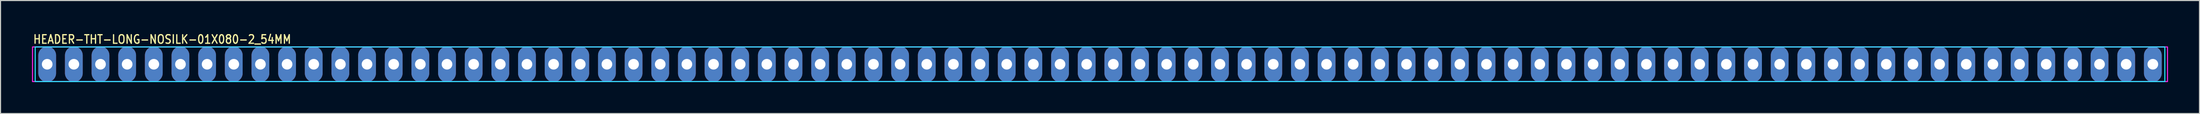
<source format=kicad_pcb>
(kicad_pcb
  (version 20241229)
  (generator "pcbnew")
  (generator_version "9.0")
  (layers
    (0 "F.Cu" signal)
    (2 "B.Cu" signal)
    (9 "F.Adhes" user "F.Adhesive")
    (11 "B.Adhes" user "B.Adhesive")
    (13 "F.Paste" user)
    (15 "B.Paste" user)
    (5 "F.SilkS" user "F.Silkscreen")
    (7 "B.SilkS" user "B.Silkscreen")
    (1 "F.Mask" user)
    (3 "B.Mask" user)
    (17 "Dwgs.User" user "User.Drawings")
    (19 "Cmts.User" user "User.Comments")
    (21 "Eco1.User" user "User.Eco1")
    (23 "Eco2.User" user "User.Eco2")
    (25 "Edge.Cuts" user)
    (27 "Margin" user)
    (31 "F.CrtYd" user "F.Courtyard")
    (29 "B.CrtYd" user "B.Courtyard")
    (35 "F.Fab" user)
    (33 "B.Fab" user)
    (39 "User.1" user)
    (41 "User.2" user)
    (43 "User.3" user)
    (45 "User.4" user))
  (footprint "HEADER-THT-LONG-NOSILK-01X080-2_54MM"
    (layer "F.Cu")
    (at 1.447 3.079)
    (property "Reference" "HEADER-THT-LONG-NOSILK-01X080-2_54MM" (at -1.4 -1.9 0) (unlocked yes) (layer "F.SilkS") (effects (font (size 0.813 0.695) (thickness 0.122)) (justify left bottom)))
    (fp_poly (pts (xy -1.143 -1.651) (xy 201.803 -1.651) (xy 201.803 1.651) (xy -1.143 1.651)) (stroke (width 0.1) (type solid)) (fill no) (layer "B.CrtYd"))
    (fp_poly (pts (xy -1.397 -1.651) (xy 202.057 -1.651) (xy 202.057 1.651) (xy -1.397 1.651)) (stroke (width 0.1) (type solid)) (fill no) (layer "F.CrtYd"))
    (pad "1" thru_hole oval (at 0 0 90) (size 3.387 1.693) (drill 1.016) (layers "*.Cu" "*.Mask"))
    (pad "2" thru_hole oval (at 2.54 0 90) (size 3.387 1.693) (drill 1.016) (layers "*.Cu" "*.Mask"))
    (pad "3" thru_hole oval (at 5.08 0 90) (size 3.387 1.693) (drill 1.016) (layers "*.Cu" "*.Mask"))
    (pad "4" thru_hole oval (at 7.62 0 90) (size 3.387 1.693) (drill 1.016) (layers "*.Cu" "*.Mask"))
    (pad "5" thru_hole oval (at 10.16 0 90) (size 3.387 1.693) (drill 1.016) (layers "*.Cu" "*.Mask"))
    (pad "6" thru_hole oval (at 12.7 0 90) (size 3.387 1.693) (drill 1.016) (layers "*.Cu" "*.Mask"))
    (pad "7" thru_hole oval (at 15.24 0 90) (size 3.387 1.693) (drill 1.016) (layers "*.Cu" "*.Mask"))
    (pad "8" thru_hole oval (at 17.78 0 90) (size 3.387 1.693) (drill 1.016) (layers "*.Cu" "*.Mask"))
    (pad "9" thru_hole oval (at 20.32 0 90) (size 3.387 1.693) (drill 1.016) (layers "*.Cu" "*.Mask"))
    (pad "10" thru_hole oval (at 22.86 0 90) (size 3.387 1.693) (drill 1.016) (layers "*.Cu" "*.Mask"))
    (pad "11" thru_hole oval (at 25.4 0 90) (size 3.387 1.693) (drill 1.016) (layers "*.Cu" "*.Mask"))
    (pad "12" thru_hole oval (at 27.94 0 90) (size 3.387 1.693) (drill 1.016) (layers "*.Cu" "*.Mask"))
    (pad "13" thru_hole oval (at 30.48 0 90) (size 3.387 1.693) (drill 1.016) (layers "*.Cu" "*.Mask"))
    (pad "14" thru_hole oval (at 33.02 0 90) (size 3.387 1.693) (drill 1.016) (layers "*.Cu" "*.Mask"))
    (pad "15" thru_hole oval (at 35.56 0 90) (size 3.387 1.693) (drill 1.016) (layers "*.Cu" "*.Mask"))
    (pad "16" thru_hole oval (at 38.1 0 90) (size 3.387 1.693) (drill 1.016) (layers "*.Cu" "*.Mask"))
    (pad "17" thru_hole oval (at 40.64 0 90) (size 3.387 1.693) (drill 1.016) (layers "*.Cu" "*.Mask"))
    (pad "18" thru_hole oval (at 43.18 0 90) (size 3.387 1.693) (drill 1.016) (layers "*.Cu" "*.Mask"))
    (pad "19" thru_hole oval (at 45.72 0 90) (size 3.387 1.693) (drill 1.016) (layers "*.Cu" "*.Mask"))
    (pad "20" thru_hole oval (at 48.26 0 90) (size 3.387 1.693) (drill 1.016) (layers "*.Cu" "*.Mask"))
    (pad "21" thru_hole oval (at 50.8 0 90) (size 3.387 1.693) (drill 1.016) (layers "*.Cu" "*.Mask"))
    (pad "22" thru_hole oval (at 53.34 0 90) (size 3.387 1.693) (drill 1.016) (layers "*.Cu" "*.Mask"))
    (pad "23" thru_hole oval (at 55.88 0 90) (size 3.387 1.693) (drill 1.016) (layers "*.Cu" "*.Mask"))
    (pad "24" thru_hole oval (at 58.42 0 90) (size 3.387 1.693) (drill 1.016) (layers "*.Cu" "*.Mask"))
    (pad "25" thru_hole oval (at 60.96 0 90) (size 3.387 1.693) (drill 1.016) (layers "*.Cu" "*.Mask"))
    (pad "26" thru_hole oval (at 63.5 0 90) (size 3.387 1.693) (drill 1.016) (layers "*.Cu" "*.Mask"))
    (pad "27" thru_hole oval (at 66.04 0 90) (size 3.387 1.693) (drill 1.016) (layers "*.Cu" "*.Mask"))
    (pad "28" thru_hole oval (at 68.58 0 90) (size 3.387 1.693) (drill 1.016) (layers "*.Cu" "*.Mask"))
    (pad "29" thru_hole oval (at 71.12 0 90) (size 3.387 1.693) (drill 1.016) (layers "*.Cu" "*.Mask"))
    (pad "30" thru_hole oval (at 73.66 0 90) (size 3.387 1.693) (drill 1.016) (layers "*.Cu" "*.Mask"))
    (pad "31" thru_hole oval (at 76.2 0 90) (size 3.387 1.693) (drill 1.016) (layers "*.Cu" "*.Mask"))
    (pad "32" thru_hole oval (at 78.74 0 90) (size 3.387 1.693) (drill 1.016) (layers "*.Cu" "*.Mask"))
    (pad "33" thru_hole oval (at 81.28 0 90) (size 3.387 1.693) (drill 1.016) (layers "*.Cu" "*.Mask"))
    (pad "34" thru_hole oval (at 83.82 0 90) (size 3.387 1.693) (drill 1.016) (layers "*.Cu" "*.Mask"))
    (pad "35" thru_hole oval (at 86.36 0 90) (size 3.387 1.693) (drill 1.016) (layers "*.Cu" "*.Mask"))
    (pad "36" thru_hole oval (at 88.9 0 90) (size 3.387 1.693) (drill 1.016) (layers "*.Cu" "*.Mask"))
    (pad "37" thru_hole oval (at 91.44 0 90) (size 3.387 1.693) (drill 1.016) (layers "*.Cu" "*.Mask"))
    (pad "38" thru_hole oval (at 93.98 0 90) (size 3.387 1.693) (drill 1.016) (layers "*.Cu" "*.Mask"))
    (pad "39" thru_hole oval (at 96.52 0 90) (size 3.387 1.693) (drill 1.016) (layers "*.Cu" "*.Mask"))
    (pad "40" thru_hole oval (at 99.06 0 90) (size 3.387 1.693) (drill 1.016) (layers "*.Cu" "*.Mask"))
    (pad "41" thru_hole oval (at 101.6 0 90) (size 3.387 1.693) (drill 1.016) (layers "*.Cu" "*.Mask"))
    (pad "42" thru_hole oval (at 104.14 0 90) (size 3.387 1.693) (drill 1.016) (layers "*.Cu" "*.Mask"))
    (pad "43" thru_hole oval (at 106.68 0 90) (size 3.387 1.693) (drill 1.016) (layers "*.Cu" "*.Mask"))
    (pad "44" thru_hole oval (at 109.22 0 90) (size 3.387 1.693) (drill 1.016) (layers "*.Cu" "*.Mask"))
    (pad "45" thru_hole oval (at 111.76 0 90) (size 3.387 1.693) (drill 1.016) (layers "*.Cu" "*.Mask"))
    (pad "46" thru_hole oval (at 114.3 0 90) (size 3.387 1.693) (drill 1.016) (layers "*.Cu" "*.Mask"))
    (pad "47" thru_hole oval (at 116.84 0 90) (size 3.387 1.693) (drill 1.016) (layers "*.Cu" "*.Mask"))
    (pad "48" thru_hole oval (at 119.38 0 90) (size 3.387 1.693) (drill 1.016) (layers "*.Cu" "*.Mask"))
    (pad "49" thru_hole oval (at 121.92 0 90) (size 3.387 1.693) (drill 1.016) (layers "*.Cu" "*.Mask"))
    (pad "50" thru_hole oval (at 124.46 0 90) (size 3.387 1.693) (drill 1.016) (layers "*.Cu" "*.Mask"))
    (pad "51" thru_hole oval (at 127 0 90) (size 3.387 1.693) (drill 1.016) (layers "*.Cu" "*.Mask"))
    (pad "52" thru_hole oval (at 129.54 0 90) (size 3.387 1.693) (drill 1.016) (layers "*.Cu" "*.Mask"))
    (pad "53" thru_hole oval (at 132.08 0 90) (size 3.387 1.693) (drill 1.016) (layers "*.Cu" "*.Mask"))
    (pad "54" thru_hole oval (at 134.62 0 90) (size 3.387 1.693) (drill 1.016) (layers "*.Cu" "*.Mask"))
    (pad "55" thru_hole oval (at 137.16 0 90) (size 3.387 1.693) (drill 1.016) (layers "*.Cu" "*.Mask"))
    (pad "56" thru_hole oval (at 139.7 0 90) (size 3.387 1.693) (drill 1.016) (layers "*.Cu" "*.Mask"))
    (pad "57" thru_hole oval (at 142.24 0 90) (size 3.387 1.693) (drill 1.016) (layers "*.Cu" "*.Mask"))
    (pad "58" thru_hole oval (at 144.78 0 90) (size 3.387 1.693) (drill 1.016) (layers "*.Cu" "*.Mask"))
    (pad "59" thru_hole oval (at 147.32 0 90) (size 3.387 1.693) (drill 1.016) (layers "*.Cu" "*.Mask"))
    (pad "60" thru_hole oval (at 149.86 0 90) (size 3.387 1.693) (drill 1.016) (layers "*.Cu" "*.Mask"))
    (pad "61" thru_hole oval (at 152.4 0 90) (size 3.387 1.693) (drill 1.016) (layers "*.Cu" "*.Mask"))
    (pad "62" thru_hole oval (at 154.94 0 90) (size 3.387 1.693) (drill 1.016) (layers "*.Cu" "*.Mask"))
    (pad "63" thru_hole oval (at 157.48 0 90) (size 3.387 1.693) (drill 1.016) (layers "*.Cu" "*.Mask"))
    (pad "64" thru_hole oval (at 160.02 0 90) (size 3.387 1.693) (drill 1.016) (layers "*.Cu" "*.Mask"))
    (pad "65" thru_hole oval (at 162.56 0 90) (size 3.387 1.693) (drill 1.016) (layers "*.Cu" "*.Mask"))
    (pad "66" thru_hole oval (at 165.1 0 90) (size 3.387 1.693) (drill 1.016) (layers "*.Cu" "*.Mask"))
    (pad "67" thru_hole oval (at 167.64 0 90) (size 3.387 1.693) (drill 1.016) (layers "*.Cu" "*.Mask"))
    (pad "68" thru_hole oval (at 170.18 0 90) (size 3.387 1.693) (drill 1.016) (layers "*.Cu" "*.Mask"))
    (pad "69" thru_hole oval (at 172.72 0 90) (size 3.387 1.693) (drill 1.016) (layers "*.Cu" "*.Mask"))
    (pad "70" thru_hole oval (at 175.26 0 90) (size 3.387 1.693) (drill 1.016) (layers "*.Cu" "*.Mask"))
    (pad "71" thru_hole oval (at 177.8 0 90) (size 3.387 1.693) (drill 1.016) (layers "*.Cu" "*.Mask"))
    (pad "72" thru_hole oval (at 180.34 0 90) (size 3.387 1.693) (drill 1.016) (layers "*.Cu" "*.Mask"))
    (pad "73" thru_hole oval (at 182.88 0 90) (size 3.387 1.693) (drill 1.016) (layers "*.Cu" "*.Mask"))
    (pad "74" thru_hole oval (at 185.42 0 90) (size 3.387 1.693) (drill 1.016) (layers "*.Cu" "*.Mask"))
    (pad "75" thru_hole oval (at 187.96 0 90) (size 3.387 1.693) (drill 1.016) (layers "*.Cu" "*.Mask"))
    (pad "76" thru_hole oval (at 190.5 0 90) (size 3.387 1.693) (drill 1.016) (layers "*.Cu" "*.Mask"))
    (pad "77" thru_hole oval (at 193.04 0 90) (size 3.387 1.693) (drill 1.016) (layers "*.Cu" "*.Mask"))
    (pad "78" thru_hole oval (at 195.58 0 90) (size 3.387 1.693) (drill 1.016) (layers "*.Cu" "*.Mask"))
    (pad "79" thru_hole oval (at 198.12 0 90) (size 3.387 1.693) (drill 1.016) (layers "*.Cu" "*.Mask"))
    (pad "80" thru_hole oval (at 200.66 0 90) (size 3.387 1.693) (drill 1.016) (layers "*.Cu" "*.Mask")))
  (gr_rect
    (start -3 -3)
    (end 206.554 7.78)
    (stroke (width 0.1) (type default))
    (fill no)
    (layer "Edge.Cuts")))
</source>
